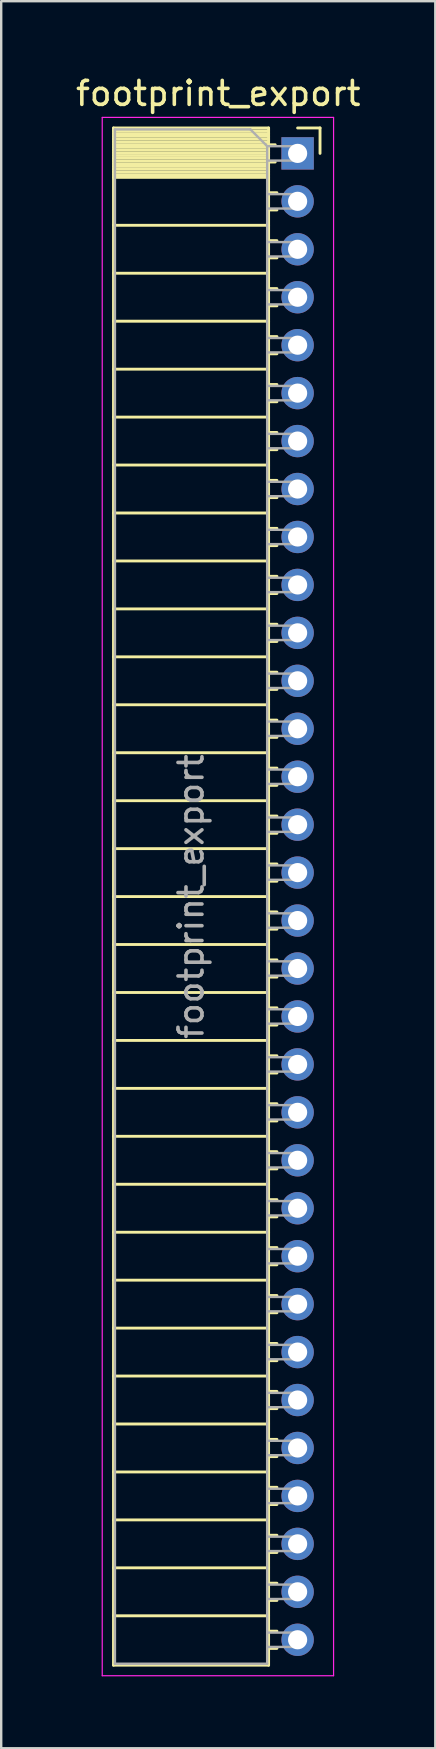
<source format=kicad_pcb>
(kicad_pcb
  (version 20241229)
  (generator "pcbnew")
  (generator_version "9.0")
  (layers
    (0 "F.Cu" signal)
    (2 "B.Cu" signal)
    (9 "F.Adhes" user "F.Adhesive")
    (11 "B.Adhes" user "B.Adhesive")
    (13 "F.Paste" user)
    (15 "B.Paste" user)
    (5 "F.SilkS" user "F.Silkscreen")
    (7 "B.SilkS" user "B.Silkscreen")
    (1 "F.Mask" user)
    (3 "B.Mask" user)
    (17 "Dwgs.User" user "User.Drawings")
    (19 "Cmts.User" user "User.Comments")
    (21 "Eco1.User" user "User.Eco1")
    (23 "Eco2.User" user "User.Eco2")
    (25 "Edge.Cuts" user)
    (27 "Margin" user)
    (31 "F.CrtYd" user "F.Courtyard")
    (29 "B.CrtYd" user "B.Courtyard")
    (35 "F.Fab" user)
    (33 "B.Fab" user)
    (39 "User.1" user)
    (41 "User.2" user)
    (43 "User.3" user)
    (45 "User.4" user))
  (footprint "footprint_export"
    (layer "F.Cu")
    (at 9.364 3.348)
    (property "Reference" "footprint_export" (at -3.31 -2.5 0) (layer "F.SilkS") (effects (font (size 1 1) (thickness 0.15))))
    (attr through_hole)
    (fp_line (start -7.68 -1.06) (end -7.68 63.06) (stroke (width 0.12) (type solid)) (layer "F.SilkS"))
    (fp_line (start -7.68 -1.06) (end -1.21 -1.06) (stroke (width 0.12) (type solid)) (layer "F.SilkS"))
    (fp_line (start -7.68 -0.94) (end -1.21 -0.94) (stroke (width 0.12) (type solid)) (layer "F.SilkS"))
    (fp_line (start -7.68 -0.826) (end -1.21 -0.826) (stroke (width 0.12) (type solid)) (layer "F.SilkS"))
    (fp_line (start -7.68 -0.712) (end -1.21 -0.712) (stroke (width 0.12) (type solid)) (layer "F.SilkS"))
    (fp_line (start -7.68 -0.598) (end -1.21 -0.598) (stroke (width 0.12) (type solid)) (layer "F.SilkS"))
    (fp_line (start -7.68 -0.484) (end -1.21 -0.484) (stroke (width 0.12) (type solid)) (layer "F.SilkS"))
    (fp_line (start -7.68 -0.369) (end -1.21 -0.369) (stroke (width 0.12) (type solid)) (layer "F.SilkS"))
    (fp_line (start -7.68 -0.255) (end -1.21 -0.255) (stroke (width 0.12) (type solid)) (layer "F.SilkS"))
    (fp_line (start -7.68 -0.141) (end -1.21 -0.141) (stroke (width 0.12) (type solid)) (layer "F.SilkS"))
    (fp_line (start -7.68 -0.027) (end -1.21 -0.027) (stroke (width 0.12) (type solid)) (layer "F.SilkS"))
    (fp_line (start -7.68 0.087) (end -1.21 0.087) (stroke (width 0.12) (type solid)) (layer "F.SilkS"))
    (fp_line (start -7.68 0.201) (end -1.21 0.201) (stroke (width 0.12) (type solid)) (layer "F.SilkS"))
    (fp_line (start -7.68 0.315) (end -1.21 0.315) (stroke (width 0.12) (type solid)) (layer "F.SilkS"))
    (fp_line (start -7.68 0.429) (end -1.21 0.429) (stroke (width 0.12) (type solid)) (layer "F.SilkS"))
    (fp_line (start -7.68 0.544) (end -1.21 0.544) (stroke (width 0.12) (type solid)) (layer "F.SilkS"))
    (fp_line (start -7.68 0.658) (end -1.21 0.658) (stroke (width 0.12) (type solid)) (layer "F.SilkS"))
    (fp_line (start -7.68 0.772) (end -1.21 0.772) (stroke (width 0.12) (type solid)) (layer "F.SilkS"))
    (fp_line (start -7.68 0.886) (end -1.21 0.886) (stroke (width 0.12) (type solid)) (layer "F.SilkS"))
    (fp_line (start -7.68 1) (end -1.21 1) (stroke (width 0.12) (type solid)) (layer "F.SilkS"))
    (fp_line (start -7.68 3) (end -1.21 3) (stroke (width 0.12) (type solid)) (layer "F.SilkS"))
    (fp_line (start -7.68 5) (end -1.21 5) (stroke (width 0.12) (type solid)) (layer "F.SilkS"))
    (fp_line (start -7.68 7) (end -1.21 7) (stroke (width 0.12) (type solid)) (layer "F.SilkS"))
    (fp_line (start -7.68 9) (end -1.21 9) (stroke (width 0.12) (type solid)) (layer "F.SilkS"))
    (fp_line (start -7.68 11) (end -1.21 11) (stroke (width 0.12) (type solid)) (layer "F.SilkS"))
    (fp_line (start -7.68 13) (end -1.21 13) (stroke (width 0.12) (type solid)) (layer "F.SilkS"))
    (fp_line (start -7.68 15) (end -1.21 15) (stroke (width 0.12) (type solid)) (layer "F.SilkS"))
    (fp_line (start -7.68 17) (end -1.21 17) (stroke (width 0.12) (type solid)) (layer "F.SilkS"))
    (fp_line (start -7.68 19) (end -1.21 19) (stroke (width 0.12) (type solid)) (layer "F.SilkS"))
    (fp_line (start -7.68 21) (end -1.21 21) (stroke (width 0.12) (type solid)) (layer "F.SilkS"))
    (fp_line (start -7.68 23) (end -1.21 23) (stroke (width 0.12) (type solid)) (layer "F.SilkS"))
    (fp_line (start -7.68 25) (end -1.21 25) (stroke (width 0.12) (type solid)) (layer "F.SilkS"))
    (fp_line (start -7.68 27) (end -1.21 27) (stroke (width 0.12) (type solid)) (layer "F.SilkS"))
    (fp_line (start -7.68 29) (end -1.21 29) (stroke (width 0.12) (type solid)) (layer "F.SilkS"))
    (fp_line (start -7.68 31) (end -1.21 31) (stroke (width 0.12) (type solid)) (layer "F.SilkS"))
    (fp_line (start -7.68 33) (end -1.21 33) (stroke (width 0.12) (type solid)) (layer "F.SilkS"))
    (fp_line (start -7.68 35) (end -1.21 35) (stroke (width 0.12) (type solid)) (layer "F.SilkS"))
    (fp_line (start -7.68 37) (end -1.21 37) (stroke (width 0.12) (type solid)) (layer "F.SilkS"))
    (fp_line (start -7.68 39) (end -1.21 39) (stroke (width 0.12) (type solid)) (layer "F.SilkS"))
    (fp_line (start -7.68 41) (end -1.21 41) (stroke (width 0.12) (type solid)) (layer "F.SilkS"))
    (fp_line (start -7.68 43) (end -1.21 43) (stroke (width 0.12) (type solid)) (layer "F.SilkS"))
    (fp_line (start -7.68 45) (end -1.21 45) (stroke (width 0.12) (type solid)) (layer "F.SilkS"))
    (fp_line (start -7.68 47) (end -1.21 47) (stroke (width 0.12) (type solid)) (layer "F.SilkS"))
    (fp_line (start -7.68 49) (end -1.21 49) (stroke (width 0.12) (type solid)) (layer "F.SilkS"))
    (fp_line (start -7.68 51) (end -1.21 51) (stroke (width 0.12) (type solid)) (layer "F.SilkS"))
    (fp_line (start -7.68 53) (end -1.21 53) (stroke (width 0.12) (type solid)) (layer "F.SilkS"))
    (fp_line (start -7.68 55) (end -1.21 55) (stroke (width 0.12) (type solid)) (layer "F.SilkS"))
    (fp_line (start -7.68 57) (end -1.21 57) (stroke (width 0.12) (type solid)) (layer "F.SilkS"))
    (fp_line (start -7.68 59) (end -1.21 59) (stroke (width 0.12) (type solid)) (layer "F.SilkS"))
    (fp_line (start -7.68 61) (end -1.21 61) (stroke (width 0.12) (type solid)) (layer "F.SilkS"))
    (fp_line (start -7.68 63.06) (end -1.21 63.06) (stroke (width 0.12) (type solid)) (layer "F.SilkS"))
    (fp_line (start -1.21 -1.06) (end -1.21 63.06) (stroke (width 0.12) (type solid)) (layer "F.SilkS"))
    (fp_line (start -1.21 -0.36) (end -0.935 -0.36) (stroke (width 0.12) (type solid)) (layer "F.SilkS"))
    (fp_line (start -1.21 0.36) (end -0.935 0.36) (stroke (width 0.12) (type solid)) (layer "F.SilkS"))
    (fp_line (start -1.21 1.64) (end -0.863 1.64) (stroke (width 0.12) (type solid)) (layer "F.SilkS"))
    (fp_line (start -1.21 2.36) (end -0.863 2.36) (stroke (width 0.12) (type solid)) (layer "F.SilkS"))
    (fp_line (start -1.21 3.64) (end -0.863 3.64) (stroke (width 0.12) (type solid)) (layer "F.SilkS"))
    (fp_line (start -1.21 4.36) (end -0.863 4.36) (stroke (width 0.12) (type solid)) (layer "F.SilkS"))
    (fp_line (start -1.21 5.64) (end -0.863 5.64) (stroke (width 0.12) (type solid)) (layer "F.SilkS"))
    (fp_line (start -1.21 6.36) (end -0.863 6.36) (stroke (width 0.12) (type solid)) (layer "F.SilkS"))
    (fp_line (start -1.21 7.64) (end -0.863 7.64) (stroke (width 0.12) (type solid)) (layer "F.SilkS"))
    (fp_line (start -1.21 8.36) (end -0.863 8.36) (stroke (width 0.12) (type solid)) (layer "F.SilkS"))
    (fp_line (start -1.21 9.64) (end -0.863 9.64) (stroke (width 0.12) (type solid)) (layer "F.SilkS"))
    (fp_line (start -1.21 10.36) (end -0.863 10.36) (stroke (width 0.12) (type solid)) (layer "F.SilkS"))
    (fp_line (start -1.21 11.64) (end -0.863 11.64) (stroke (width 0.12) (type solid)) (layer "F.SilkS"))
    (fp_line (start -1.21 12.36) (end -0.863 12.36) (stroke (width 0.12) (type solid)) (layer "F.SilkS"))
    (fp_line (start -1.21 13.64) (end -0.863 13.64) (stroke (width 0.12) (type solid)) (layer "F.SilkS"))
    (fp_line (start -1.21 14.36) (end -0.863 14.36) (stroke (width 0.12) (type solid)) (layer "F.SilkS"))
    (fp_line (start -1.21 15.64) (end -0.863 15.64) (stroke (width 0.12) (type solid)) (layer "F.SilkS"))
    (fp_line (start -1.21 16.36) (end -0.863 16.36) (stroke (width 0.12) (type solid)) (layer "F.SilkS"))
    (fp_line (start -1.21 17.64) (end -0.863 17.64) (stroke (width 0.12) (type solid)) (layer "F.SilkS"))
    (fp_line (start -1.21 18.36) (end -0.863 18.36) (stroke (width 0.12) (type solid)) (layer "F.SilkS"))
    (fp_line (start -1.21 19.64) (end -0.863 19.64) (stroke (width 0.12) (type solid)) (layer "F.SilkS"))
    (fp_line (start -1.21 20.36) (end -0.863 20.36) (stroke (width 0.12) (type solid)) (layer "F.SilkS"))
    (fp_line (start -1.21 21.64) (end -0.863 21.64) (stroke (width 0.12) (type solid)) (layer "F.SilkS"))
    (fp_line (start -1.21 22.36) (end -0.863 22.36) (stroke (width 0.12) (type solid)) (layer "F.SilkS"))
    (fp_line (start -1.21 23.64) (end -0.863 23.64) (stroke (width 0.12) (type solid)) (layer "F.SilkS"))
    (fp_line (start -1.21 24.36) (end -0.863 24.36) (stroke (width 0.12) (type solid)) (layer "F.SilkS"))
    (fp_line (start -1.21 25.64) (end -0.863 25.64) (stroke (width 0.12) (type solid)) (layer "F.SilkS"))
    (fp_line (start -1.21 26.36) (end -0.863 26.36) (stroke (width 0.12) (type solid)) (layer "F.SilkS"))
    (fp_line (start -1.21 27.64) (end -0.863 27.64) (stroke (width 0.12) (type solid)) (layer "F.SilkS"))
    (fp_line (start -1.21 28.36) (end -0.863 28.36) (stroke (width 0.12) (type solid)) (layer "F.SilkS"))
    (fp_line (start -1.21 29.64) (end -0.863 29.64) (stroke (width 0.12) (type solid)) (layer "F.SilkS"))
    (fp_line (start -1.21 30.36) (end -0.863 30.36) (stroke (width 0.12) (type solid)) (layer "F.SilkS"))
    (fp_line (start -1.21 31.64) (end -0.863 31.64) (stroke (width 0.12) (type solid)) (layer "F.SilkS"))
    (fp_line (start -1.21 32.36) (end -0.863 32.36) (stroke (width 0.12) (type solid)) (layer "F.SilkS"))
    (fp_line (start -1.21 33.64) (end -0.863 33.64) (stroke (width 0.12) (type solid)) (layer "F.SilkS"))
    (fp_line (start -1.21 34.36) (end -0.863 34.36) (stroke (width 0.12) (type solid)) (layer "F.SilkS"))
    (fp_line (start -1.21 35.64) (end -0.863 35.64) (stroke (width 0.12) (type solid)) (layer "F.SilkS"))
    (fp_line (start -1.21 36.36) (end -0.863 36.36) (stroke (width 0.12) (type solid)) (layer "F.SilkS"))
    (fp_line (start -1.21 37.64) (end -0.863 37.64) (stroke (width 0.12) (type solid)) (layer "F.SilkS"))
    (fp_line (start -1.21 38.36) (end -0.863 38.36) (stroke (width 0.12) (type solid)) (layer "F.SilkS"))
    (fp_line (start -1.21 39.64) (end -0.863 39.64) (stroke (width 0.12) (type solid)) (layer "F.SilkS"))
    (fp_line (start -1.21 40.36) (end -0.863 40.36) (stroke (width 0.12) (type solid)) (layer "F.SilkS"))
    (fp_line (start -1.21 41.64) (end -0.863 41.64) (stroke (width 0.12) (type solid)) (layer "F.SilkS"))
    (fp_line (start -1.21 42.36) (end -0.863 42.36) (stroke (width 0.12) (type solid)) (layer "F.SilkS"))
    (fp_line (start -1.21 43.64) (end -0.863 43.64) (stroke (width 0.12) (type solid)) (layer "F.SilkS"))
    (fp_line (start -1.21 44.36) (end -0.863 44.36) (stroke (width 0.12) (type solid)) (layer "F.SilkS"))
    (fp_line (start -1.21 45.64) (end -0.863 45.64) (stroke (width 0.12) (type solid)) (layer "F.SilkS"))
    (fp_line (start -1.21 46.36) (end -0.863 46.36) (stroke (width 0.12) (type solid)) (layer "F.SilkS"))
    (fp_line (start -1.21 47.64) (end -0.863 47.64) (stroke (width 0.12) (type solid)) (layer "F.SilkS"))
    (fp_line (start -1.21 48.36) (end -0.863 48.36) (stroke (width 0.12) (type solid)) (layer "F.SilkS"))
    (fp_line (start -1.21 49.64) (end -0.863 49.64) (stroke (width 0.12) (type solid)) (layer "F.SilkS"))
    (fp_line (start -1.21 50.36) (end -0.863 50.36) (stroke (width 0.12) (type solid)) (layer "F.SilkS"))
    (fp_line (start -1.21 51.64) (end -0.863 51.64) (stroke (width 0.12) (type solid)) (layer "F.SilkS"))
    (fp_line (start -1.21 52.36) (end -0.863 52.36) (stroke (width 0.12) (type solid)) (layer "F.SilkS"))
    (fp_line (start -1.21 53.64) (end -0.863 53.64) (stroke (width 0.12) (type solid)) (layer "F.SilkS"))
    (fp_line (start -1.21 54.36) (end -0.863 54.36) (stroke (width 0.12) (type solid)) (layer "F.SilkS"))
    (fp_line (start -1.21 55.64) (end -0.863 55.64) (stroke (width 0.12) (type solid)) (layer "F.SilkS"))
    (fp_line (start -1.21 56.36) (end -0.863 56.36) (stroke (width 0.12) (type solid)) (layer "F.SilkS"))
    (fp_line (start -1.21 57.64) (end -0.863 57.64) (stroke (width 0.12) (type solid)) (layer "F.SilkS"))
    (fp_line (start -1.21 58.36) (end -0.863 58.36) (stroke (width 0.12) (type solid)) (layer "F.SilkS"))
    (fp_line (start -1.21 59.64) (end -0.863 59.64) (stroke (width 0.12) (type solid)) (layer "F.SilkS"))
    (fp_line (start -1.21 60.36) (end -0.863 60.36) (stroke (width 0.12) (type solid)) (layer "F.SilkS"))
    (fp_line (start -1.21 61.64) (end -0.863 61.64) (stroke (width 0.12) (type solid)) (layer "F.SilkS"))
    (fp_line (start -1.21 62.36) (end -0.863 62.36) (stroke (width 0.12) (type solid)) (layer "F.SilkS"))
    (fp_line (start 0 -1.06) (end 0.935 -1.06) (stroke (width 0.12) (type solid)) (layer "F.SilkS"))
    (fp_line (start 0.935 -1.06) (end 0.935 0) (stroke (width 0.12) (type solid)) (layer "F.SilkS"))
    (fp_line (start -8.15 -1.5) (end -8.15 63.5) (stroke (width 0.05) (type solid)) (layer "F.CrtYd"))
    (fp_line (start -8.15 63.5) (end 1.5 63.5) (stroke (width 0.05) (type solid)) (layer "F.CrtYd"))
    (fp_line (start 1.5 -1.5) (end -8.15 -1.5) (stroke (width 0.05) (type solid)) (layer "F.CrtYd"))
    (fp_line (start 1.5 63.5) (end 1.5 -1.5) (stroke (width 0.05) (type solid)) (layer "F.CrtYd"))
    (fp_line (start -7.62 -1) (end -1.97 -1) (stroke (width 0.1) (type solid)) (layer "F.Fab"))
    (fp_line (start -7.62 63) (end -7.62 -1) (stroke (width 0.1) (type solid)) (layer "F.Fab"))
    (fp_line (start -1.97 -1) (end -1.27 -0.3) (stroke (width 0.1) (type solid)) (layer "F.Fab"))
    (fp_line (start -1.27 -0.3) (end -1.27 63) (stroke (width 0.1) (type solid)) (layer "F.Fab"))
    (fp_line (start -1.27 0.3) (end 0 0.3) (stroke (width 0.1) (type solid)) (layer "F.Fab"))
    (fp_line (start -1.27 2.3) (end 0 2.3) (stroke (width 0.1) (type solid)) (layer "F.Fab"))
    (fp_line (start -1.27 4.3) (end 0 4.3) (stroke (width 0.1) (type solid)) (layer "F.Fab"))
    (fp_line (start -1.27 6.3) (end 0 6.3) (stroke (width 0.1) (type solid)) (layer "F.Fab"))
    (fp_line (start -1.27 8.3) (end 0 8.3) (stroke (width 0.1) (type solid)) (layer "F.Fab"))
    (fp_line (start -1.27 10.3) (end 0 10.3) (stroke (width 0.1) (type solid)) (layer "F.Fab"))
    (fp_line (start -1.27 12.3) (end 0 12.3) (stroke (width 0.1) (type solid)) (layer "F.Fab"))
    (fp_line (start -1.27 14.3) (end 0 14.3) (stroke (width 0.1) (type solid)) (layer "F.Fab"))
    (fp_line (start -1.27 16.3) (end 0 16.3) (stroke (width 0.1) (type solid)) (layer "F.Fab"))
    (fp_line (start -1.27 18.3) (end 0 18.3) (stroke (width 0.1) (type solid)) (layer "F.Fab"))
    (fp_line (start -1.27 20.3) (end 0 20.3) (stroke (width 0.1) (type solid)) (layer "F.Fab"))
    (fp_line (start -1.27 22.3) (end 0 22.3) (stroke (width 0.1) (type solid)) (layer "F.Fab"))
    (fp_line (start -1.27 24.3) (end 0 24.3) (stroke (width 0.1) (type solid)) (layer "F.Fab"))
    (fp_line (start -1.27 26.3) (end 0 26.3) (stroke (width 0.1) (type solid)) (layer "F.Fab"))
    (fp_line (start -1.27 28.3) (end 0 28.3) (stroke (width 0.1) (type solid)) (layer "F.Fab"))
    (fp_line (start -1.27 30.3) (end 0 30.3) (stroke (width 0.1) (type solid)) (layer "F.Fab"))
    (fp_line (start -1.27 32.3) (end 0 32.3) (stroke (width 0.1) (type solid)) (layer "F.Fab"))
    (fp_line (start -1.27 34.3) (end 0 34.3) (stroke (width 0.1) (type solid)) (layer "F.Fab"))
    (fp_line (start -1.27 36.3) (end 0 36.3) (stroke (width 0.1) (type solid)) (layer "F.Fab"))
    (fp_line (start -1.27 38.3) (end 0 38.3) (stroke (width 0.1) (type solid)) (layer "F.Fab"))
    (fp_line (start -1.27 40.3) (end 0 40.3) (stroke (width 0.1) (type solid)) (layer "F.Fab"))
    (fp_line (start -1.27 42.3) (end 0 42.3) (stroke (width 0.1) (type solid)) (layer "F.Fab"))
    (fp_line (start -1.27 44.3) (end 0 44.3) (stroke (width 0.1) (type solid)) (layer "F.Fab"))
    (fp_line (start -1.27 46.3) (end 0 46.3) (stroke (width 0.1) (type solid)) (layer "F.Fab"))
    (fp_line (start -1.27 48.3) (end 0 48.3) (stroke (width 0.1) (type solid)) (layer "F.Fab"))
    (fp_line (start -1.27 50.3) (end 0 50.3) (stroke (width 0.1) (type solid)) (layer "F.Fab"))
    (fp_line (start -1.27 52.3) (end 0 52.3) (stroke (width 0.1) (type solid)) (layer "F.Fab"))
    (fp_line (start -1.27 54.3) (end 0 54.3) (stroke (width 0.1) (type solid)) (layer "F.Fab"))
    (fp_line (start -1.27 56.3) (end 0 56.3) (stroke (width 0.1) (type solid)) (layer "F.Fab"))
    (fp_line (start -1.27 58.3) (end 0 58.3) (stroke (width 0.1) (type solid)) (layer "F.Fab"))
    (fp_line (start -1.27 60.3) (end 0 60.3) (stroke (width 0.1) (type solid)) (layer "F.Fab"))
    (fp_line (start -1.27 62.3) (end 0 62.3) (stroke (width 0.1) (type solid)) (layer "F.Fab"))
    (fp_line (start -1.27 63) (end -7.62 63) (stroke (width 0.1) (type solid)) (layer "F.Fab"))
    (fp_line (start 0 -0.3) (end -1.27 -0.3) (stroke (width 0.1) (type solid)) (layer "F.Fab"))
    (fp_line (start 0 0.3) (end 0 -0.3) (stroke (width 0.1) (type solid)) (layer "F.Fab"))
    (fp_line (start 0 1.7) (end -1.27 1.7) (stroke (width 0.1) (type solid)) (layer "F.Fab"))
    (fp_line (start 0 2.3) (end 0 1.7) (stroke (width 0.1) (type solid)) (layer "F.Fab"))
    (fp_line (start 0 3.7) (end -1.27 3.7) (stroke (width 0.1) (type solid)) (layer "F.Fab"))
    (fp_line (start 0 4.3) (end 0 3.7) (stroke (width 0.1) (type solid)) (layer "F.Fab"))
    (fp_line (start 0 5.7) (end -1.27 5.7) (stroke (width 0.1) (type solid)) (layer "F.Fab"))
    (fp_line (start 0 6.3) (end 0 5.7) (stroke (width 0.1) (type solid)) (layer "F.Fab"))
    (fp_line (start 0 7.7) (end -1.27 7.7) (stroke (width 0.1) (type solid)) (layer "F.Fab"))
    (fp_line (start 0 8.3) (end 0 7.7) (stroke (width 0.1) (type solid)) (layer "F.Fab"))
    (fp_line (start 0 9.7) (end -1.27 9.7) (stroke (width 0.1) (type solid)) (layer "F.Fab"))
    (fp_line (start 0 10.3) (end 0 9.7) (stroke (width 0.1) (type solid)) (layer "F.Fab"))
    (fp_line (start 0 11.7) (end -1.27 11.7) (stroke (width 0.1) (type solid)) (layer "F.Fab"))
    (fp_line (start 0 12.3) (end 0 11.7) (stroke (width 0.1) (type solid)) (layer "F.Fab"))
    (fp_line (start 0 13.7) (end -1.27 13.7) (stroke (width 0.1) (type solid)) (layer "F.Fab"))
    (fp_line (start 0 14.3) (end 0 13.7) (stroke (width 0.1) (type solid)) (layer "F.Fab"))
    (fp_line (start 0 15.7) (end -1.27 15.7) (stroke (width 0.1) (type solid)) (layer "F.Fab"))
    (fp_line (start 0 16.3) (end 0 15.7) (stroke (width 0.1) (type solid)) (layer "F.Fab"))
    (fp_line (start 0 17.7) (end -1.27 17.7) (stroke (width 0.1) (type solid)) (layer "F.Fab"))
    (fp_line (start 0 18.3) (end 0 17.7) (stroke (width 0.1) (type solid)) (layer "F.Fab"))
    (fp_line (start 0 19.7) (end -1.27 19.7) (stroke (width 0.1) (type solid)) (layer "F.Fab"))
    (fp_line (start 0 20.3) (end 0 19.7) (stroke (width 0.1) (type solid)) (layer "F.Fab"))
    (fp_line (start 0 21.7) (end -1.27 21.7) (stroke (width 0.1) (type solid)) (layer "F.Fab"))
    (fp_line (start 0 22.3) (end 0 21.7) (stroke (width 0.1) (type solid)) (layer "F.Fab"))
    (fp_line (start 0 23.7) (end -1.27 23.7) (stroke (width 0.1) (type solid)) (layer "F.Fab"))
    (fp_line (start 0 24.3) (end 0 23.7) (stroke (width 0.1) (type solid)) (layer "F.Fab"))
    (fp_line (start 0 25.7) (end -1.27 25.7) (stroke (width 0.1) (type solid)) (layer "F.Fab"))
    (fp_line (start 0 26.3) (end 0 25.7) (stroke (width 0.1) (type solid)) (layer "F.Fab"))
    (fp_line (start 0 27.7) (end -1.27 27.7) (stroke (width 0.1) (type solid)) (layer "F.Fab"))
    (fp_line (start 0 28.3) (end 0 27.7) (stroke (width 0.1) (type solid)) (layer "F.Fab"))
    (fp_line (start 0 29.7) (end -1.27 29.7) (stroke (width 0.1) (type solid)) (layer "F.Fab"))
    (fp_line (start 0 30.3) (end 0 29.7) (stroke (width 0.1) (type solid)) (layer "F.Fab"))
    (fp_line (start 0 31.7) (end -1.27 31.7) (stroke (width 0.1) (type solid)) (layer "F.Fab"))
    (fp_line (start 0 32.3) (end 0 31.7) (stroke (width 0.1) (type solid)) (layer "F.Fab"))
    (fp_line (start 0 33.7) (end -1.27 33.7) (stroke (width 0.1) (type solid)) (layer "F.Fab"))
    (fp_line (start 0 34.3) (end 0 33.7) (stroke (width 0.1) (type solid)) (layer "F.Fab"))
    (fp_line (start 0 35.7) (end -1.27 35.7) (stroke (width 0.1) (type solid)) (layer "F.Fab"))
    (fp_line (start 0 36.3) (end 0 35.7) (stroke (width 0.1) (type solid)) (layer "F.Fab"))
    (fp_line (start 0 37.7) (end -1.27 37.7) (stroke (width 0.1) (type solid)) (layer "F.Fab"))
    (fp_line (start 0 38.3) (end 0 37.7) (stroke (width 0.1) (type solid)) (layer "F.Fab"))
    (fp_line (start 0 39.7) (end -1.27 39.7) (stroke (width 0.1) (type solid)) (layer "F.Fab"))
    (fp_line (start 0 40.3) (end 0 39.7) (stroke (width 0.1) (type solid)) (layer "F.Fab"))
    (fp_line (start 0 41.7) (end -1.27 41.7) (stroke (width 0.1) (type solid)) (layer "F.Fab"))
    (fp_line (start 0 42.3) (end 0 41.7) (stroke (width 0.1) (type solid)) (layer "F.Fab"))
    (fp_line (start 0 43.7) (end -1.27 43.7) (stroke (width 0.1) (type solid)) (layer "F.Fab"))
    (fp_line (start 0 44.3) (end 0 43.7) (stroke (width 0.1) (type solid)) (layer "F.Fab"))
    (fp_line (start 0 45.7) (end -1.27 45.7) (stroke (width 0.1) (type solid)) (layer "F.Fab"))
    (fp_line (start 0 46.3) (end 0 45.7) (stroke (width 0.1) (type solid)) (layer "F.Fab"))
    (fp_line (start 0 47.7) (end -1.27 47.7) (stroke (width 0.1) (type solid)) (layer "F.Fab"))
    (fp_line (start 0 48.3) (end 0 47.7) (stroke (width 0.1) (type solid)) (layer "F.Fab"))
    (fp_line (start 0 49.7) (end -1.27 49.7) (stroke (width 0.1) (type solid)) (layer "F.Fab"))
    (fp_line (start 0 50.3) (end 0 49.7) (stroke (width 0.1) (type solid)) (layer "F.Fab"))
    (fp_line (start 0 51.7) (end -1.27 51.7) (stroke (width 0.1) (type solid)) (layer "F.Fab"))
    (fp_line (start 0 52.3) (end 0 51.7) (stroke (width 0.1) (type solid)) (layer "F.Fab"))
    (fp_line (start 0 53.7) (end -1.27 53.7) (stroke (width 0.1) (type solid)) (layer "F.Fab"))
    (fp_line (start 0 54.3) (end 0 53.7) (stroke (width 0.1) (type solid)) (layer "F.Fab"))
    (fp_line (start 0 55.7) (end -1.27 55.7) (stroke (width 0.1) (type solid)) (layer "F.Fab"))
    (fp_line (start 0 56.3) (end 0 55.7) (stroke (width 0.1) (type solid)) (layer "F.Fab"))
    (fp_line (start 0 57.7) (end -1.27 57.7) (stroke (width 0.1) (type solid)) (layer "F.Fab"))
    (fp_line (start 0 58.3) (end 0 57.7) (stroke (width 0.1) (type solid)) (layer "F.Fab"))
    (fp_line (start 0 59.7) (end -1.27 59.7) (stroke (width 0.1) (type solid)) (layer "F.Fab"))
    (fp_line (start 0 60.3) (end 0 59.7) (stroke (width 0.1) (type solid)) (layer "F.Fab"))
    (fp_line (start 0 61.7) (end -1.27 61.7) (stroke (width 0.1) (type solid)) (layer "F.Fab"))
    (fp_line (start 0 62.3) (end 0 61.7) (stroke (width 0.1) (type solid)) (layer "F.Fab"))
    (fp_text user "${REFERENCE}" (at -4.445 31 90) (layer "F.Fab") (effects (font (size 1 1) (thickness 0.15))))
    (pad "1" thru_hole rect (at 0 0) (size 1.35 1.35) (drill 0.8) (layers "*.Cu" "*.Mask"))
    (pad "2" thru_hole oval (at 0 2) (size 1.35 1.35) (drill 0.8) (layers "*.Cu" "*.Mask"))
    (pad "3" thru_hole oval (at 0 4) (size 1.35 1.35) (drill 0.8) (layers "*.Cu" "*.Mask"))
    (pad "4" thru_hole oval (at 0 6) (size 1.35 1.35) (drill 0.8) (layers "*.Cu" "*.Mask"))
    (pad "5" thru_hole oval (at 0 8) (size 1.35 1.35) (drill 0.8) (layers "*.Cu" "*.Mask"))
    (pad "6" thru_hole oval (at 0 10) (size 1.35 1.35) (drill 0.8) (layers "*.Cu" "*.Mask"))
    (pad "7" thru_hole oval (at 0 12) (size 1.35 1.35) (drill 0.8) (layers "*.Cu" "*.Mask"))
    (pad "8" thru_hole oval (at 0 14) (size 1.35 1.35) (drill 0.8) (layers "*.Cu" "*.Mask"))
    (pad "9" thru_hole oval (at 0 16) (size 1.35 1.35) (drill 0.8) (layers "*.Cu" "*.Mask"))
    (pad "10" thru_hole oval (at 0 18) (size 1.35 1.35) (drill 0.8) (layers "*.Cu" "*.Mask"))
    (pad "11" thru_hole oval (at 0 20) (size 1.35 1.35) (drill 0.8) (layers "*.Cu" "*.Mask"))
    (pad "12" thru_hole oval (at 0 22) (size 1.35 1.35) (drill 0.8) (layers "*.Cu" "*.Mask"))
    (pad "13" thru_hole oval (at 0 24) (size 1.35 1.35) (drill 0.8) (layers "*.Cu" "*.Mask"))
    (pad "14" thru_hole oval (at 0 26) (size 1.35 1.35) (drill 0.8) (layers "*.Cu" "*.Mask"))
    (pad "15" thru_hole oval (at 0 28) (size 1.35 1.35) (drill 0.8) (layers "*.Cu" "*.Mask"))
    (pad "16" thru_hole oval (at 0 30) (size 1.35 1.35) (drill 0.8) (layers "*.Cu" "*.Mask"))
    (pad "17" thru_hole oval (at 0 32) (size 1.35 1.35) (drill 0.8) (layers "*.Cu" "*.Mask"))
    (pad "18" thru_hole oval (at 0 34) (size 1.35 1.35) (drill 0.8) (layers "*.Cu" "*.Mask"))
    (pad "19" thru_hole oval (at 0 36) (size 1.35 1.35) (drill 0.8) (layers "*.Cu" "*.Mask"))
    (pad "20" thru_hole oval (at 0 38) (size 1.35 1.35) (drill 0.8) (layers "*.Cu" "*.Mask"))
    (pad "21" thru_hole oval (at 0 40) (size 1.35 1.35) (drill 0.8) (layers "*.Cu" "*.Mask"))
    (pad "22" thru_hole oval (at 0 42) (size 1.35 1.35) (drill 0.8) (layers "*.Cu" "*.Mask"))
    (pad "23" thru_hole oval (at 0 44) (size 1.35 1.35) (drill 0.8) (layers "*.Cu" "*.Mask"))
    (pad "24" thru_hole oval (at 0 46) (size 1.35 1.35) (drill 0.8) (layers "*.Cu" "*.Mask"))
    (pad "25" thru_hole oval (at 0 48) (size 1.35 1.35) (drill 0.8) (layers "*.Cu" "*.Mask"))
    (pad "26" thru_hole oval (at 0 50) (size 1.35 1.35) (drill 0.8) (layers "*.Cu" "*.Mask"))
    (pad "27" thru_hole oval (at 0 52) (size 1.35 1.35) (drill 0.8) (layers "*.Cu" "*.Mask"))
    (pad "28" thru_hole oval (at 0 54) (size 1.35 1.35) (drill 0.8) (layers "*.Cu" "*.Mask"))
    (pad "29" thru_hole oval (at 0 56) (size 1.35 1.35) (drill 0.8) (layers "*.Cu" "*.Mask"))
    (pad "30" thru_hole oval (at 0 58) (size 1.35 1.35) (drill 0.8) (layers "*.Cu" "*.Mask"))
    (pad "31" thru_hole oval (at 0 60) (size 1.35 1.35) (drill 0.8) (layers "*.Cu" "*.Mask"))
    (pad "32" thru_hole oval (at 0 62) (size 1.35 1.35) (drill 0.8) (layers "*.Cu" "*.Mask")))
  (gr_rect
    (start -3 -3)
    (end 15.107 69.873)
    (stroke (width 0.1) (type default))
    (fill no)
    (layer "Edge.Cuts")))
</source>
